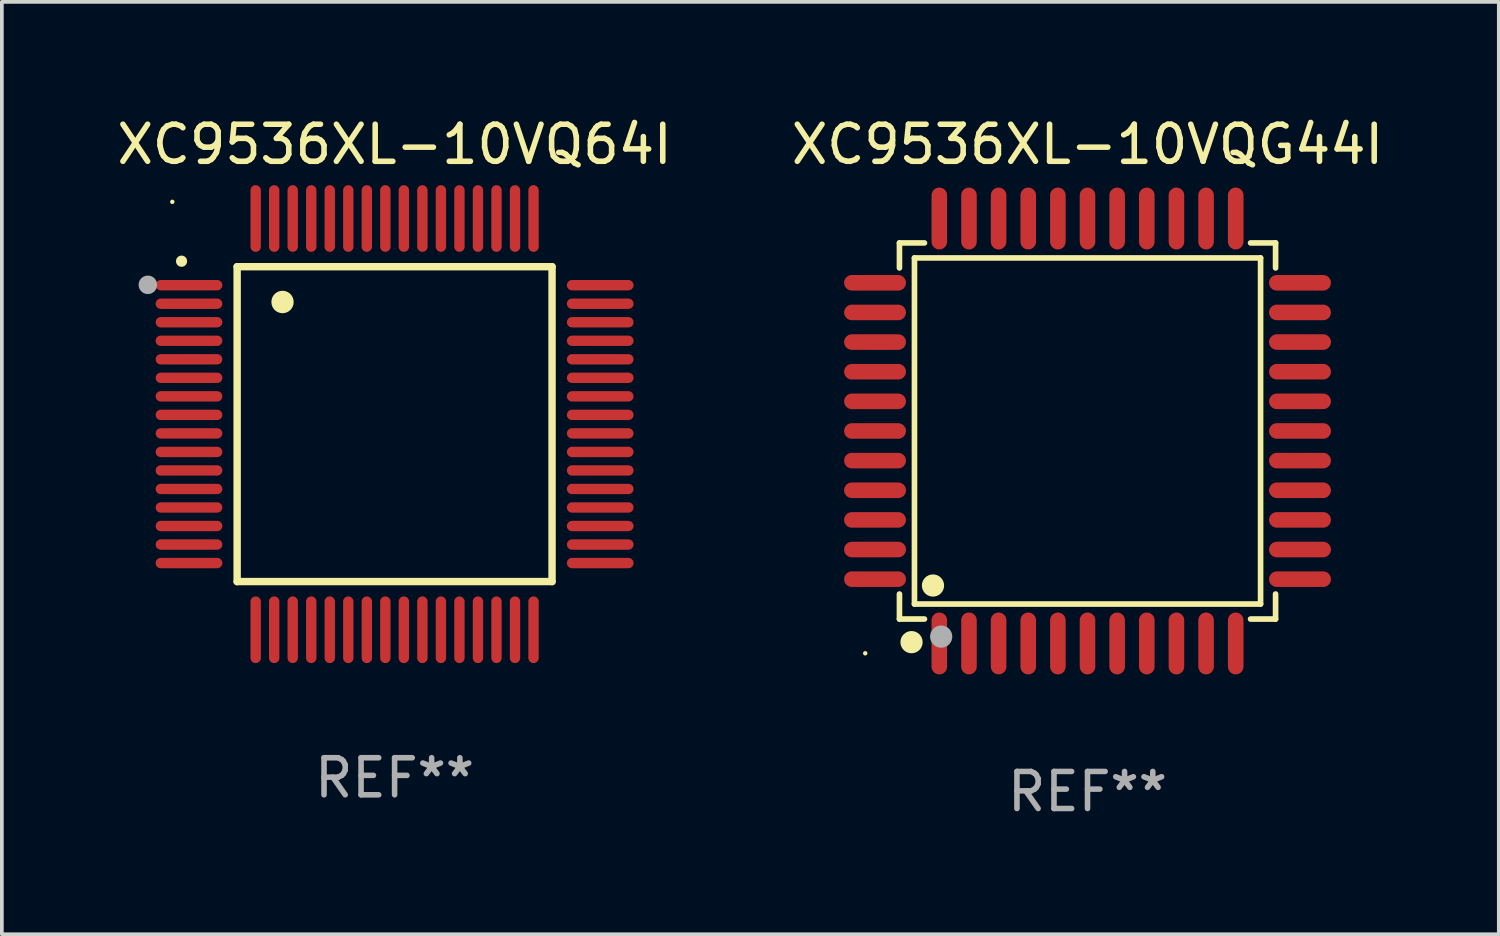
<source format=kicad_pcb>
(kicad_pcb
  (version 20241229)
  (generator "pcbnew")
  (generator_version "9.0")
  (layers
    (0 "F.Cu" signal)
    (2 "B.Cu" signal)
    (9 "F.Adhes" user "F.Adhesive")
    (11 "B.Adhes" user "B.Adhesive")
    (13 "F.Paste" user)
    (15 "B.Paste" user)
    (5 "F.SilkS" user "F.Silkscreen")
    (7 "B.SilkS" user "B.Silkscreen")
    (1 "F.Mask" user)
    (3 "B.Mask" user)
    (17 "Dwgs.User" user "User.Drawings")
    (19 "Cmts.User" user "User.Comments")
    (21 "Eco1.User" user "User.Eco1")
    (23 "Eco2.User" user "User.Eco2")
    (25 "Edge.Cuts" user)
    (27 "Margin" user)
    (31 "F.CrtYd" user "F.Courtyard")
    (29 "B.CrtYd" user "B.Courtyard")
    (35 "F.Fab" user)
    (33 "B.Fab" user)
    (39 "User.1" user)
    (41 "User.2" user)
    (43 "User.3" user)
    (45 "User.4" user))
  (footprint "XC9536XL-10VQ64I"
    (layer "F.Cu")
    (at 7.601 8.398)
    (property "Reference" "XC9536XL-10VQ64I" (at 0 -7.55 0) (layer "F.SilkS") (effects (font (size 1 1) (thickness 0.15))))
    (attr through_hole)
    (fp_line (start -4.25 -4.25) (end -4.25 4.25) (stroke (width 0.2) (type solid)) (layer "F.SilkS"))
    (fp_line (start -4.25 4.25) (end 4.25 4.25) (stroke (width 0.2) (type solid)) (layer "F.SilkS"))
    (fp_line (start 4.25 -4.25) (end -4.25 -4.25) (stroke (width 0.2) (type solid)) (layer "F.SilkS"))
    (fp_line (start 4.25 4.25) (end 4.25 -4.25) (stroke (width 0.2) (type solid)) (layer "F.SilkS"))
    (fp_arc (start -5.750572 -4.396749) (mid -5.750577 -4.398019) (end -5.750572 -4.399289) (stroke (width 0.3) (type solid)) (layer "F.SilkS"))
    (fp_arc (start -3.025146 -3.294387) (mid -3.025157 -3.296927) (end -3.025146 -3.299467) (stroke (width 0.6) (type solid)) (layer "F.SilkS"))
    (fp_circle (center -6 -6) (end -5.97 -6) (stroke (width 0.06) (type solid)) (fill no) (layer "F.SilkS"))
    (fp_circle (center -6.66 -3.76) (end -6.535 -3.76) (stroke (width 0.25) (type solid)) (fill no) (layer "F.Fab"))
    (fp_text user "REF**" (at 0 9.55 0) (layer "F.Fab") (effects (font (size 1 1) (thickness 0.15))))
    (pad "1" smd oval (at -5.55 -3.75) (size 1.8 0.28) (layers "F.Cu" "F.Mask" "F.Paste"))
    (pad "2" smd oval (at -5.55 -3.25) (size 1.8 0.28) (layers "F.Cu" "F.Mask" "F.Paste"))
    (pad "3" smd oval (at -5.55 -2.75) (size 1.8 0.28) (layers "F.Cu" "F.Mask" "F.Paste"))
    (pad "4" smd oval (at -5.55 -2.25) (size 1.8 0.28) (layers "F.Cu" "F.Mask" "F.Paste"))
    (pad "5" smd oval (at -5.55 -1.75) (size 1.8 0.28) (layers "F.Cu" "F.Mask" "F.Paste"))
    (pad "6" smd oval (at -5.55 -1.25) (size 1.8 0.28) (layers "F.Cu" "F.Mask" "F.Paste"))
    (pad "7" smd oval (at -5.55 -0.75) (size 1.8 0.28) (layers "F.Cu" "F.Mask" "F.Paste"))
    (pad "8" smd oval (at -5.55 -0.25) (size 1.8 0.28) (layers "F.Cu" "F.Mask" "F.Paste"))
    (pad "9" smd oval (at -5.55 0.25) (size 1.8 0.28) (layers "F.Cu" "F.Mask" "F.Paste"))
    (pad "10" smd oval (at -5.55 0.75) (size 1.8 0.28) (layers "F.Cu" "F.Mask" "F.Paste"))
    (pad "11" smd oval (at -5.55 1.25) (size 1.8 0.28) (layers "F.Cu" "F.Mask" "F.Paste"))
    (pad "12" smd oval (at -5.55 1.75) (size 1.8 0.28) (layers "F.Cu" "F.Mask" "F.Paste"))
    (pad "13" smd oval (at -5.55 2.25) (size 1.8 0.28) (layers "F.Cu" "F.Mask" "F.Paste"))
    (pad "14" smd oval (at -5.55 2.75) (size 1.8 0.28) (layers "F.Cu" "F.Mask" "F.Paste"))
    (pad "15" smd oval (at -5.55 3.25) (size 1.8 0.28) (layers "F.Cu" "F.Mask" "F.Paste"))
    (pad "16" smd oval (at -5.55 3.75) (size 1.8 0.28) (layers "F.Cu" "F.Mask" "F.Paste"))
    (pad "17" smd oval (at -3.75 5.55) (size 0.28 1.8) (layers "F.Cu" "F.Mask" "F.Paste"))
    (pad "18" smd oval (at -3.25 5.55) (size 0.28 1.8) (layers "F.Cu" "F.Mask" "F.Paste"))
    (pad "19" smd oval (at -2.75 5.55) (size 0.28 1.8) (layers "F.Cu" "F.Mask" "F.Paste"))
    (pad "20" smd oval (at -2.25 5.55) (size 0.28 1.8) (layers "F.Cu" "F.Mask" "F.Paste"))
    (pad "21" smd oval (at -1.75 5.55) (size 0.28 1.8) (layers "F.Cu" "F.Mask" "F.Paste"))
    (pad "22" smd oval (at -1.25 5.55) (size 0.28 1.8) (layers "F.Cu" "F.Mask" "F.Paste"))
    (pad "23" smd oval (at -0.75 5.55) (size 0.28 1.8) (layers "F.Cu" "F.Mask" "F.Paste"))
    (pad "24" smd oval (at -0.25 5.55) (size 0.28 1.8) (layers "F.Cu" "F.Mask" "F.Paste"))
    (pad "25" smd oval (at 0.25 5.55) (size 0.28 1.8) (layers "F.Cu" "F.Mask" "F.Paste"))
    (pad "26" smd oval (at 0.75 5.55) (size 0.28 1.8) (layers "F.Cu" "F.Mask" "F.Paste"))
    (pad "27" smd oval (at 1.25 5.55) (size 0.28 1.8) (layers "F.Cu" "F.Mask" "F.Paste"))
    (pad "28" smd oval (at 1.75 5.55) (size 0.28 1.8) (layers "F.Cu" "F.Mask" "F.Paste"))
    (pad "29" smd oval (at 2.25 5.55) (size 0.28 1.8) (layers "F.Cu" "F.Mask" "F.Paste"))
    (pad "30" smd oval (at 2.75 5.55) (size 0.28 1.8) (layers "F.Cu" "F.Mask" "F.Paste"))
    (pad "31" smd oval (at 3.25 5.55) (size 0.28 1.8) (layers "F.Cu" "F.Mask" "F.Paste"))
    (pad "32" smd oval (at 3.75 5.55) (size 0.28 1.8) (layers "F.Cu" "F.Mask" "F.Paste"))
    (pad "33" smd oval (at 5.55 3.75) (size 1.8 0.28) (layers "F.Cu" "F.Mask" "F.Paste"))
    (pad "34" smd oval (at 5.55 3.25) (size 1.8 0.28) (layers "F.Cu" "F.Mask" "F.Paste"))
    (pad "35" smd oval (at 5.55 2.75) (size 1.8 0.28) (layers "F.Cu" "F.Mask" "F.Paste"))
    (pad "36" smd oval (at 5.55 2.25) (size 1.8 0.28) (layers "F.Cu" "F.Mask" "F.Paste"))
    (pad "37" smd oval (at 5.55 1.75) (size 1.8 0.28) (layers "F.Cu" "F.Mask" "F.Paste"))
    (pad "38" smd oval (at 5.55 1.25) (size 1.8 0.28) (layers "F.Cu" "F.Mask" "F.Paste"))
    (pad "39" smd oval (at 5.55 0.75) (size 1.8 0.28) (layers "F.Cu" "F.Mask" "F.Paste"))
    (pad "40" smd oval (at 5.55 0.25) (size 1.8 0.28) (layers "F.Cu" "F.Mask" "F.Paste"))
    (pad "41" smd oval (at 5.55 -0.25) (size 1.8 0.28) (layers "F.Cu" "F.Mask" "F.Paste"))
    (pad "42" smd oval (at 5.55 -0.75) (size 1.8 0.28) (layers "F.Cu" "F.Mask" "F.Paste"))
    (pad "43" smd oval (at 5.55 -1.25) (size 1.8 0.28) (layers "F.Cu" "F.Mask" "F.Paste"))
    (pad "44" smd oval (at 5.55 -1.75) (size 1.8 0.28) (layers "F.Cu" "F.Mask" "F.Paste"))
    (pad "45" smd oval (at 5.55 -2.25) (size 1.8 0.28) (layers "F.Cu" "F.Mask" "F.Paste"))
    (pad "46" smd oval (at 5.55 -2.75) (size 1.8 0.28) (layers "F.Cu" "F.Mask" "F.Paste"))
    (pad "47" smd oval (at 5.55 -3.25) (size 1.8 0.28) (layers "F.Cu" "F.Mask" "F.Paste"))
    (pad "48" smd oval (at 5.55 -3.75) (size 1.8 0.28) (layers "F.Cu" "F.Mask" "F.Paste"))
    (pad "49" smd oval (at 3.75 -5.55) (size 0.28 1.8) (layers "F.Cu" "F.Mask" "F.Paste"))
    (pad "50" smd oval (at 3.25 -5.55) (size 0.28 1.8) (layers "F.Cu" "F.Mask" "F.Paste"))
    (pad "51" smd oval (at 2.75 -5.55) (size 0.28 1.8) (layers "F.Cu" "F.Mask" "F.Paste"))
    (pad "52" smd oval (at 2.25 -5.55) (size 0.28 1.8) (layers "F.Cu" "F.Mask" "F.Paste"))
    (pad "53" smd oval (at 1.75 -5.55) (size 0.28 1.8) (layers "F.Cu" "F.Mask" "F.Paste"))
    (pad "54" smd oval (at 1.25 -5.55) (size 0.28 1.8) (layers "F.Cu" "F.Mask" "F.Paste"))
    (pad "55" smd oval (at 0.75 -5.55) (size 0.28 1.8) (layers "F.Cu" "F.Mask" "F.Paste"))
    (pad "56" smd oval (at 0.25 -5.55) (size 0.28 1.8) (layers "F.Cu" "F.Mask" "F.Paste"))
    (pad "57" smd oval (at -0.25 -5.55) (size 0.28 1.8) (layers "F.Cu" "F.Mask" "F.Paste"))
    (pad "58" smd oval (at -0.75 -5.55) (size 0.28 1.8) (layers "F.Cu" "F.Mask" "F.Paste"))
    (pad "59" smd oval (at -1.25 -5.55) (size 0.28 1.8) (layers "F.Cu" "F.Mask" "F.Paste"))
    (pad "60" smd oval (at -1.75 -5.55) (size 0.28 1.8) (layers "F.Cu" "F.Mask" "F.Paste"))
    (pad "61" smd oval (at -2.25 -5.55) (size 0.28 1.8) (layers "F.Cu" "F.Mask" "F.Paste"))
    (pad "62" smd oval (at -2.75 -5.55) (size 0.28 1.8) (layers "F.Cu" "F.Mask" "F.Paste"))
    (pad "63" smd oval (at -3.25 -5.55) (size 0.28 1.8) (layers "F.Cu" "F.Mask" "F.Paste"))
    (pad "64" smd oval (at -3.75 -5.55) (size 0.28 1.8) (layers "F.Cu" "F.Mask" "F.Paste")))
  (footprint "XC9536XL-10VQG44I"
    (layer "F.Cu")
    (at 26.304 8.583)
    (property "Reference" "XC9536XL-10VQG44I" (at 0 -7.735 0) (layer "F.SilkS") (effects (font (size 1 1) (thickness 0.15))))
    (attr through_hole)
    (fp_line (start -5.076 -5.076) (end -4.401 -5.076) (stroke (width 0.152) (type solid)) (layer "F.SilkS"))
    (fp_line (start -5.076 -4.401) (end -5.076 -5.076) (stroke (width 0.152) (type solid)) (layer "F.SilkS"))
    (fp_line (start -5.076 4.401) (end -5.076 5.076) (stroke (width 0.152) (type solid)) (layer "F.SilkS"))
    (fp_line (start -5.076 5.076) (end -4.401 5.076) (stroke (width 0.152) (type solid)) (layer "F.SilkS"))
    (fp_line (start -4.671 -4.671) (end 4.671 -4.671) (stroke (width 0.152) (type solid)) (layer "F.SilkS"))
    (fp_line (start -4.671 4.671) (end -4.671 -4.671) (stroke (width 0.152) (type solid)) (layer "F.SilkS"))
    (fp_line (start 4.671 -4.671) (end 4.671 4.671) (stroke (width 0.152) (type solid)) (layer "F.SilkS"))
    (fp_line (start 4.671 4.671) (end -4.671 4.671) (stroke (width 0.152) (type solid)) (layer "F.SilkS"))
    (fp_line (start 5.076 -5.076) (end 4.401 -5.076) (stroke (width 0.152) (type solid)) (layer "F.SilkS"))
    (fp_line (start 5.076 -4.401) (end 5.076 -5.076) (stroke (width 0.152) (type solid)) (layer "F.SilkS"))
    (fp_line (start 5.076 4.401) (end 5.076 5.076) (stroke (width 0.152) (type solid)) (layer "F.SilkS"))
    (fp_line (start 5.076 5.076) (end 4.401 5.076) (stroke (width 0.152) (type solid)) (layer "F.SilkS"))
    (fp_circle (center -6 6) (end -5.97 6) (stroke (width 0.06) (type solid)) (fill no) (layer "F.SilkS"))
    (fp_circle (center -4.75 5.7) (end -4.6 5.7) (stroke (width 0.3) (type solid)) (fill no) (layer "F.SilkS"))
    (fp_circle (center -4.171 4.171) (end -4.021 4.171) (stroke (width 0.3) (type solid)) (fill no) (layer "F.SilkS"))
    (fp_circle (center -3.95 5.55) (end -3.8 5.55) (stroke (width 0.3) (type solid)) (fill no) (layer "F.Fab"))
    (fp_text user "REF**" (at 0 9.735 0) (layer "F.Fab") (effects (font (size 1 1) (thickness 0.15))))
    (pad "1" smd oval (at -4 5.735) (size 0.42 1.67) (layers "F.Cu" "F.Mask" "F.Paste"))
    (pad "2" smd oval (at -3.2 5.735) (size 0.42 1.67) (layers "F.Cu" "F.Mask" "F.Paste"))
    (pad "3" smd oval (at -2.4 5.735) (size 0.42 1.67) (layers "F.Cu" "F.Mask" "F.Paste"))
    (pad "4" smd oval (at -1.6 5.735) (size 0.42 1.67) (layers "F.Cu" "F.Mask" "F.Paste"))
    (pad "5" smd oval (at -0.8 5.735) (size 0.42 1.67) (layers "F.Cu" "F.Mask" "F.Paste"))
    (pad "6" smd oval (at 0 5.735) (size 0.42 1.67) (layers "F.Cu" "F.Mask" "F.Paste"))
    (pad "7" smd oval (at 0.8 5.735) (size 0.42 1.67) (layers "F.Cu" "F.Mask" "F.Paste"))
    (pad "8" smd oval (at 1.6 5.735) (size 0.42 1.67) (layers "F.Cu" "F.Mask" "F.Paste"))
    (pad "9" smd oval (at 2.4 5.735) (size 0.42 1.67) (layers "F.Cu" "F.Mask" "F.Paste"))
    (pad "10" smd oval (at 3.2 5.735) (size 0.42 1.67) (layers "F.Cu" "F.Mask" "F.Paste"))
    (pad "11" smd oval (at 4 5.735) (size 0.42 1.67) (layers "F.Cu" "F.Mask" "F.Paste"))
    (pad "12" smd oval (at 5.735 4) (size 1.67 0.42) (layers "F.Cu" "F.Mask" "F.Paste"))
    (pad "13" smd oval (at 5.735 3.2) (size 1.67 0.42) (layers "F.Cu" "F.Mask" "F.Paste"))
    (pad "14" smd oval (at 5.735 2.4) (size 1.67 0.42) (layers "F.Cu" "F.Mask" "F.Paste"))
    (pad "15" smd oval (at 5.735 1.6) (size 1.67 0.42) (layers "F.Cu" "F.Mask" "F.Paste"))
    (pad "16" smd oval (at 5.735 0.8) (size 1.67 0.42) (layers "F.Cu" "F.Mask" "F.Paste"))
    (pad "17" smd oval (at 5.735 0) (size 1.67 0.42) (layers "F.Cu" "F.Mask" "F.Paste"))
    (pad "18" smd oval (at 5.735 -0.8) (size 1.67 0.42) (layers "F.Cu" "F.Mask" "F.Paste"))
    (pad "19" smd oval (at 5.735 -1.6) (size 1.67 0.42) (layers "F.Cu" "F.Mask" "F.Paste"))
    (pad "20" smd oval (at 5.735 -2.4) (size 1.67 0.42) (layers "F.Cu" "F.Mask" "F.Paste"))
    (pad "21" smd oval (at 5.735 -3.2) (size 1.67 0.42) (layers "F.Cu" "F.Mask" "F.Paste"))
    (pad "22" smd oval (at 5.735 -4) (size 1.67 0.42) (layers "F.Cu" "F.Mask" "F.Paste"))
    (pad "23" smd oval (at 4 -5.735) (size 0.42 1.67) (layers "F.Cu" "F.Mask" "F.Paste"))
    (pad "24" smd oval (at 3.2 -5.735) (size 0.42 1.67) (layers "F.Cu" "F.Mask" "F.Paste"))
    (pad "25" smd oval (at 2.4 -5.735) (size 0.42 1.67) (layers "F.Cu" "F.Mask" "F.Paste"))
    (pad "26" smd oval (at 1.6 -5.735) (size 0.42 1.67) (layers "F.Cu" "F.Mask" "F.Paste"))
    (pad "27" smd oval (at 0.8 -5.735) (size 0.42 1.67) (layers "F.Cu" "F.Mask" "F.Paste"))
    (pad "28" smd oval (at 0 -5.735) (size 0.42 1.67) (layers "F.Cu" "F.Mask" "F.Paste"))
    (pad "29" smd oval (at -0.8 -5.735) (size 0.42 1.67) (layers "F.Cu" "F.Mask" "F.Paste"))
    (pad "30" smd oval (at -1.6 -5.735) (size 0.42 1.67) (layers "F.Cu" "F.Mask" "F.Paste"))
    (pad "31" smd oval (at -2.4 -5.735) (size 0.42 1.67) (layers "F.Cu" "F.Mask" "F.Paste"))
    (pad "32" smd oval (at -3.2 -5.735) (size 0.42 1.67) (layers "F.Cu" "F.Mask" "F.Paste"))
    (pad "33" smd oval (at -4 -5.735) (size 0.42 1.67) (layers "F.Cu" "F.Mask" "F.Paste"))
    (pad "34" smd oval (at -5.735 -4) (size 1.67 0.42) (layers "F.Cu" "F.Mask" "F.Paste"))
    (pad "35" smd oval (at -5.735 -3.2) (size 1.67 0.42) (layers "F.Cu" "F.Mask" "F.Paste"))
    (pad "36" smd oval (at -5.735 -2.4) (size 1.67 0.42) (layers "F.Cu" "F.Mask" "F.Paste"))
    (pad "37" smd oval (at -5.735 -1.6) (size 1.67 0.42) (layers "F.Cu" "F.Mask" "F.Paste"))
    (pad "38" smd oval (at -5.735 -0.8) (size 1.67 0.42) (layers "F.Cu" "F.Mask" "F.Paste"))
    (pad "39" smd oval (at -5.735 0) (size 1.67 0.42) (layers "F.Cu" "F.Mask" "F.Paste"))
    (pad "40" smd oval (at -5.735 0.8) (size 1.67 0.42) (layers "F.Cu" "F.Mask" "F.Paste"))
    (pad "41" smd oval (at -5.735 1.6) (size 1.67 0.42) (layers "F.Cu" "F.Mask" "F.Paste"))
    (pad "42" smd oval (at -5.735 2.4) (size 1.67 0.42) (layers "F.Cu" "F.Mask" "F.Paste"))
    (pad "43" smd oval (at -5.735 3.2) (size 1.67 0.42) (layers "F.Cu" "F.Mask" "F.Paste"))
    (pad "44" smd oval (at -5.735 4) (size 1.67 0.42) (layers "F.Cu" "F.Mask" "F.Paste")))
  (gr_rect
    (start -3 -3)
    (end 37.405 22.167)
    (stroke (width 0.1) (type default))
    (fill no)
    (layer "Edge.Cuts")))
</source>
